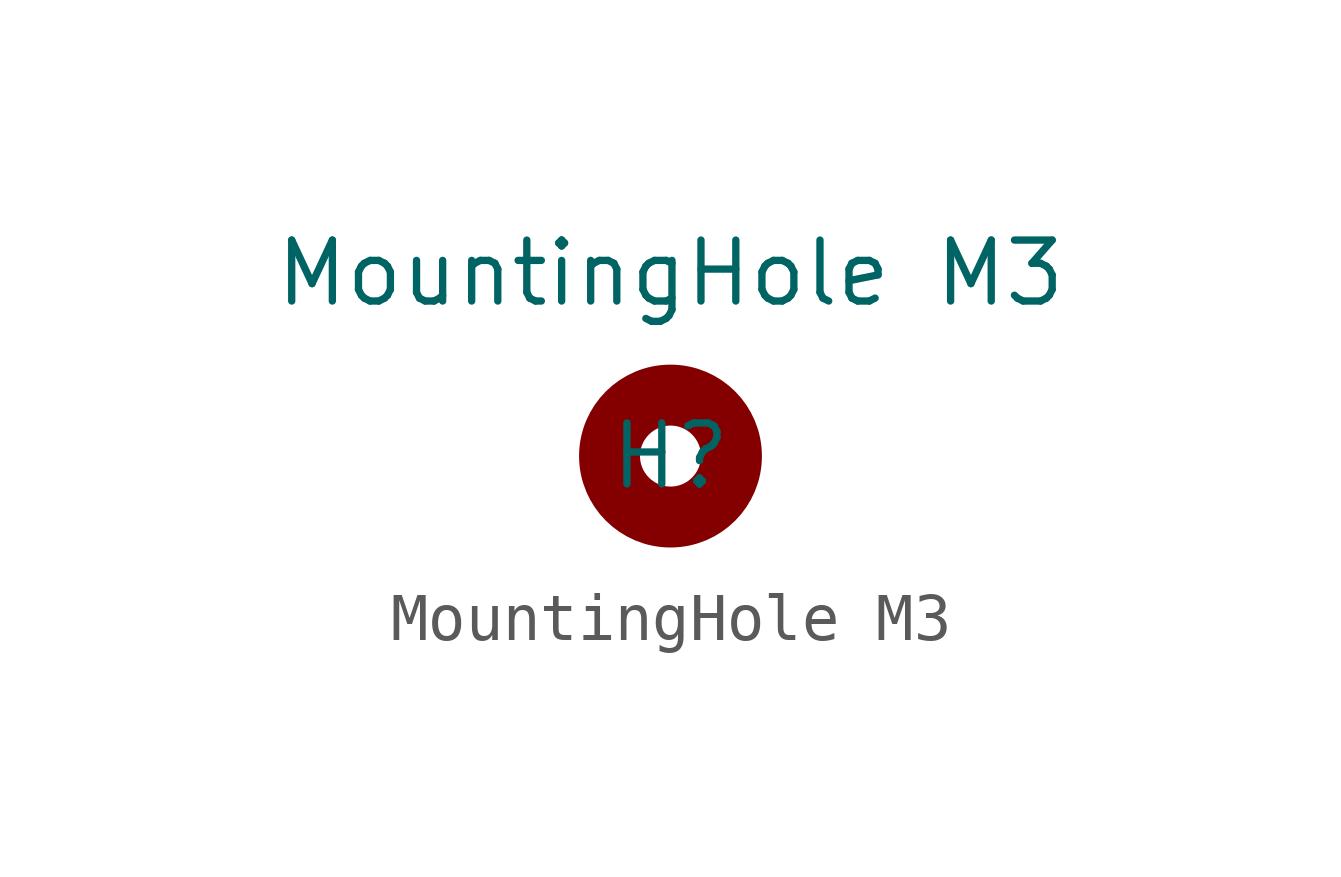
<source format=kicad_sym>
(kicad_symbol_lib
  (version 20211014)
  (generator kicad_symbol_editor)
  (symbol "MountingHole M3"
    (property "Reference" "H"
      (at 0 0 0)
      (effects (font (size 1.27 1.27))))
    (property "Value" "MountingHole M3"
      (at 0 3.81 0)
      (effects (font (size 1.27 1.27))))
    (symbol "MountingHole M3_0_1"
      (circle (center 0 0) (radius 1.27) (stroke (width 1.27) (type default) (color 0 0 0 0)) (fill (type none))))))
</source>
